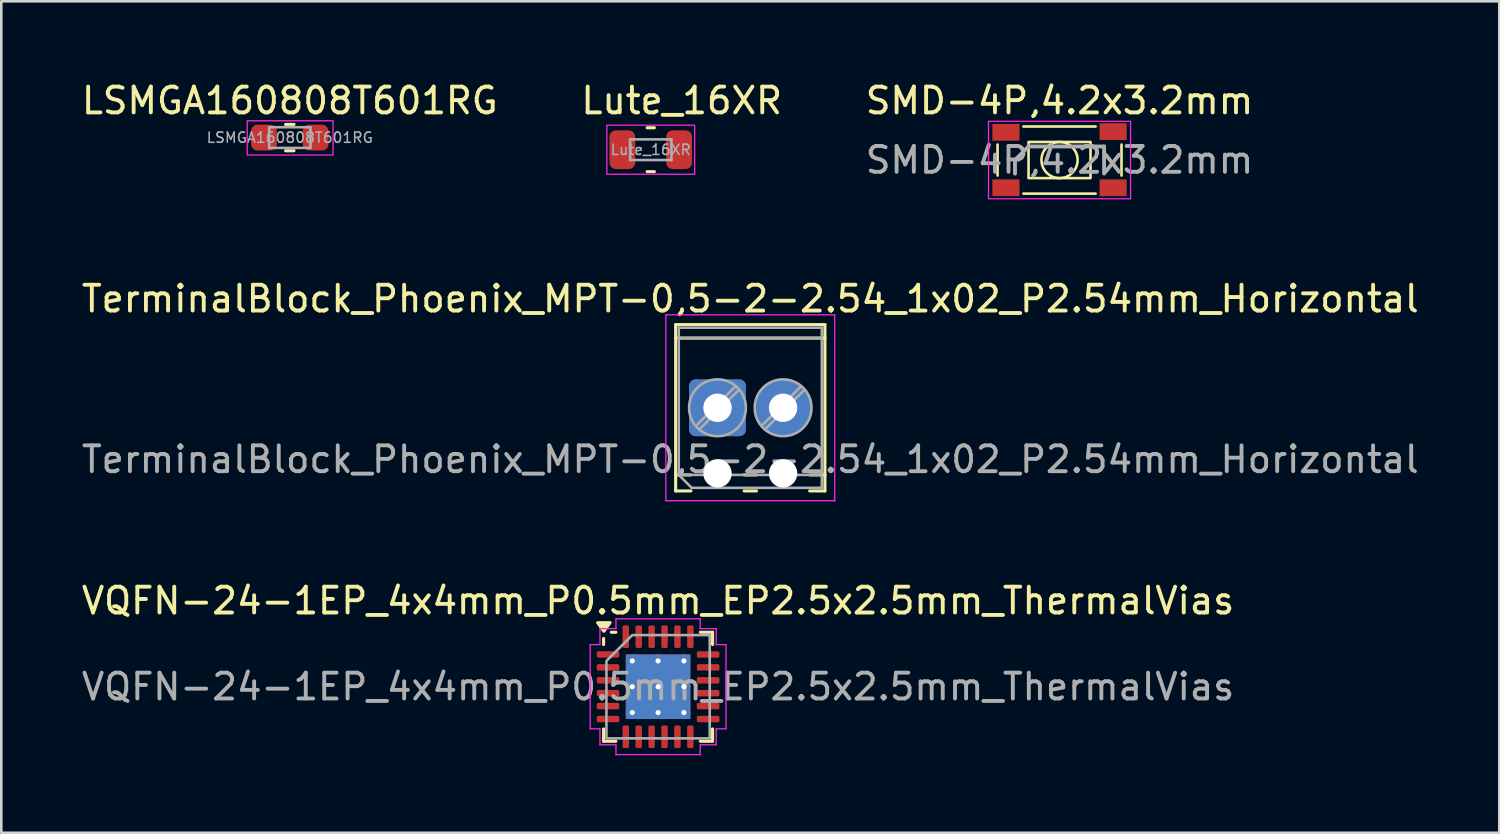
<source format=kicad_pcb>
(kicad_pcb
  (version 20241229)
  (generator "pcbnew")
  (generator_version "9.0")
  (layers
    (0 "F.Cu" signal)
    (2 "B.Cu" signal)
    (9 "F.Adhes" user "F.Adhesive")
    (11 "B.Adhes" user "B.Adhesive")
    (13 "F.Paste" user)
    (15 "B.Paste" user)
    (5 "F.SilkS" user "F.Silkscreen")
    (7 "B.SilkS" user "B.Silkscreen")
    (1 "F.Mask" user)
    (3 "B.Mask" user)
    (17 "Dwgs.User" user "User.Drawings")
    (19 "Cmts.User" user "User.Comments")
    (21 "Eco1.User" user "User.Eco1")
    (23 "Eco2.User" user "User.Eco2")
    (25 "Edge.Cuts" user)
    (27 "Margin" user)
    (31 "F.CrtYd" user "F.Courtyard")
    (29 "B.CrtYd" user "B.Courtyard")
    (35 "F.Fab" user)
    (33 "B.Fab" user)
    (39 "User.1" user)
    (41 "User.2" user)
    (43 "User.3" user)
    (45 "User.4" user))
  (footprint "TerminalBlock_Phoenix_MPT-0,5-2-2.54_1x02_P2.54mm_Horizontal"
    (layer "F.Cu")
    (at 24.736 12.742)
    (property "Reference" "TerminalBlock_Phoenix_MPT-0,5-2-2.54_1x02_P2.54mm_Horizontal" (at 1.27 -4.22 0) (layer "F.SilkS") (effects (font (size 1 1) (thickness 0.15))))
    (attr through_hole)
    (fp_line (start -1.62 -3.22) (end 4.16 -3.22) (stroke (width 0.12) (type solid)) (layer "F.SilkS"))
    (fp_line (start -1.62 -2.7) (end 4.16 -2.7) (stroke (width 0.12) (type solid)) (layer "F.SilkS"))
    (fp_line (start -1.62 2.6) (end -1.03 2.6) (stroke (width 0.12) (type solid)) (layer "F.SilkS"))
    (fp_line (start -1.62 3.22) (end -1.62 -3.22) (stroke (width 0.12) (type solid)) (layer "F.SilkS"))
    (fp_line (start -1.03 3.22) (end -1.62 3.22) (stroke (width 0.12) (type solid)) (layer "F.SilkS"))
    (fp_line (start 1.03 2.6) (end 1.51 2.6) (stroke (width 0.12) (type solid)) (layer "F.SilkS"))
    (fp_line (start 1.51 3.22) (end 1.03 3.22) (stroke (width 0.12) (type solid)) (layer "F.SilkS"))
    (fp_line (start 3.57 2.6) (end 4.16 2.6) (stroke (width 0.12) (type solid)) (layer "F.SilkS"))
    (fp_line (start 4.16 -3.22) (end 4.16 3.22) (stroke (width 0.12) (type solid)) (layer "F.SilkS"))
    (fp_line (start 4.16 3.22) (end 3.57 3.22) (stroke (width 0.12) (type solid)) (layer "F.SilkS"))
    (fp_line (start -2 -3.6) (end -2 3.6) (stroke (width 0.05) (type solid)) (layer "F.CrtYd"))
    (fp_line (start -2 3.6) (end 4.54 3.6) (stroke (width 0.05) (type solid)) (layer "F.CrtYd"))
    (fp_line (start 4.54 -3.6) (end -2 -3.6) (stroke (width 0.05) (type solid)) (layer "F.CrtYd"))
    (fp_line (start 4.54 3.6) (end 4.54 -3.6) (stroke (width 0.05) (type solid)) (layer "F.CrtYd"))
    (fp_line (start -1.5 -3.1) (end 4.04 -3.1) (stroke (width 0.1) (type solid)) (layer "F.Fab"))
    (fp_line (start -1.5 -2.7) (end 4.04 -2.7) (stroke (width 0.1) (type solid)) (layer "F.Fab"))
    (fp_line (start -1.5 2.6) (end -1.5 -3.1) (stroke (width 0.1) (type solid)) (layer "F.Fab"))
    (fp_line (start -1.5 2.6) (end 4.04 2.6) (stroke (width 0.1) (type solid)) (layer "F.Fab"))
    (fp_line (start -1 3.1) (end -1.5 2.6) (stroke (width 0.1) (type solid)) (layer "F.Fab"))
    (fp_line (start 0.7 -0.834) (end -0.834 0.7) (stroke (width 0.1) (type solid)) (layer "F.Fab"))
    (fp_line (start 0.834 -0.7) (end -0.7 0.834) (stroke (width 0.1) (type solid)) (layer "F.Fab"))
    (fp_line (start 3.24 -0.834) (end 1.706 0.7) (stroke (width 0.1) (type solid)) (layer "F.Fab"))
    (fp_line (start 3.374 -0.7) (end 1.84 0.834) (stroke (width 0.1) (type solid)) (layer "F.Fab"))
    (fp_line (start 4.04 -3.1) (end 4.04 3.1) (stroke (width 0.1) (type solid)) (layer "F.Fab"))
    (fp_line (start 4.04 3.1) (end -1 3.1) (stroke (width 0.1) (type solid)) (layer "F.Fab"))
    (fp_circle (center 0 0) (end 1.1 0) (stroke (width 0.1) (type solid)) (fill no) (layer "F.Fab"))
    (fp_circle (center 2.54 0) (end 3.64 0) (stroke (width 0.1) (type solid)) (fill no) (layer "F.Fab"))
    (fp_text user "${REFERENCE}" (at 1.27 2 0) (layer "F.Fab") (effects (font (size 1 1) (thickness 0.15))))
    (pad "" np_thru_hole circle (at 0 2.54) (size 1.1 1.1) (drill 1.1) (layers "*.Cu" "*.Mask"))
    (pad "" np_thru_hole circle (at 2.54 2.54) (size 1.1 1.1) (drill 1.1) (layers "*.Cu" "*.Mask"))
    (pad "1" thru_hole roundrect (at 0 0) (size 2.2 2.2) (drill 1.1) (layers "*.Cu" "*.Mask") (roundrect_rratio 0.114))
    (pad "2" thru_hole circle (at 2.54 0) (size 2.2 2.2) (drill 1.1) (layers "*.Cu" "*.Mask")))
  (footprint "Lute_16XR"
    (layer "F.Cu")
    (at 22.151 2.748)
    (property "Reference" "Lute_16XR" (at 1.2 -1.9 0) (layer "F.SilkS") (effects (font (size 1 1) (thickness 0.15))))
    (attr smd)
    (fp_line (start -0.141 -0.85) (end 0.141 -0.85) (stroke (width 0.12) (type solid)) (layer "F.SilkS"))
    (fp_line (start -0.141 0.85) (end 0.141 0.85) (stroke (width 0.12) (type solid)) (layer "F.SilkS"))
    (fp_rect (start -1.7 -0.95) (end 1.7 0.95) (stroke (width 0.05) (type default)) (fill no) (layer "F.CrtYd"))
    (fp_line (start -0.8 -0.4) (end 0.8 -0.4) (stroke (width 0.1) (type solid)) (layer "F.Fab"))
    (fp_line (start -0.8 0.4) (end -0.8 -0.4) (stroke (width 0.1) (type solid)) (layer "F.Fab"))
    (fp_line (start 0.8 -0.4) (end 0.8 0.4) (stroke (width 0.1) (type solid)) (layer "F.Fab"))
    (fp_line (start 0.8 0.4) (end -0.8 0.4) (stroke (width 0.1) (type solid)) (layer "F.Fab"))
    (fp_text user "${REFERENCE}" (at 0 0 0) (layer "F.Fab") (effects (font (size 0.4 0.4) (thickness 0.06))))
    (pad "1" smd roundrect (at -1.1 0) (size 1 1.5) (layers "F.Cu" "F.Mask" "F.Paste") (roundrect_rratio 0.25))
    (pad "2" smd roundrect (at 1.1 0) (size 1 1.5) (layers "F.Cu" "F.Mask" "F.Paste") (roundrect_rratio 0.25)))
  (footprint "LSMGA160808T601RG"
    (layer "F.Cu")
    (at 8.173 2.278)
    (property "Reference" "LSMGA160808T601RG" (at 0 -1.43 0) (layer "F.SilkS") (effects (font (size 1 1) (thickness 0.15))))
    (attr smd)
    (fp_line (start -0.163 -0.51) (end 0.163 -0.51) (stroke (width 0.12) (type solid)) (layer "F.SilkS"))
    (fp_line (start -0.163 0.51) (end 0.163 0.51) (stroke (width 0.12) (type solid)) (layer "F.SilkS"))
    (fp_rect (start -1.65 -0.65) (end 1.675 0.675) (stroke (width 0.05) (type default)) (fill no) (layer "F.CrtYd"))
    (fp_line (start -0.8 -0.4) (end 0.8 -0.4) (stroke (width 0.1) (type solid)) (layer "F.Fab"))
    (fp_line (start -0.8 0.4) (end -0.8 -0.4) (stroke (width 0.1) (type solid)) (layer "F.Fab"))
    (fp_line (start 0.8 -0.4) (end 0.8 0.4) (stroke (width 0.1) (type solid)) (layer "F.Fab"))
    (fp_line (start 0.8 0.4) (end -0.8 0.4) (stroke (width 0.1) (type solid)) (layer "F.Fab"))
    (fp_text user "${REFERENCE}" (at 0 0 0) (layer "F.Fab") (effects (font (size 0.4 0.4) (thickness 0.06))))
    (pad "1" smd roundrect (at -1 0) (size 1 1) (layers "F.Cu" "F.Mask" "F.Paste") (roundrect_rratio 0.25))
    (pad "2" smd roundrect (at 1 0) (size 1 1) (layers "F.Cu" "F.Mask" "F.Paste") (roundrect_rratio 0.25)))
  (footprint "VQFN-24-1EP_4x4mm_P0.5mm_EP2.5x2.5mm_ThermalVias"
    (layer "F.Cu")
    (at 22.435 23.545)
    (property "Reference" "VQFN-24-1EP_4x4mm_P0.5mm_EP2.5x2.5mm_ThermalVias" (at 0 -3.33 0) (layer "F.SilkS") (effects (font (size 1 1) (thickness 0.15))))
    (attr smd)
    (fp_line (start -2.11 -1.635) (end -2.11 -1.87) (stroke (width 0.12) (type solid)) (layer "F.SilkS"))
    (fp_line (start -2.11 2.11) (end -2.11 1.635) (stroke (width 0.12) (type solid)) (layer "F.SilkS"))
    (fp_line (start -1.635 -2.11) (end -1.81 -2.11) (stroke (width 0.12) (type solid)) (layer "F.SilkS"))
    (fp_line (start -1.635 2.11) (end -2.11 2.11) (stroke (width 0.12) (type solid)) (layer "F.SilkS"))
    (fp_line (start 1.635 -2.11) (end 2.11 -2.11) (stroke (width 0.12) (type solid)) (layer "F.SilkS"))
    (fp_line (start 1.635 2.11) (end 2.11 2.11) (stroke (width 0.12) (type solid)) (layer "F.SilkS"))
    (fp_line (start 2.11 -2.11) (end 2.11 -1.635) (stroke (width 0.12) (type solid)) (layer "F.SilkS"))
    (fp_line (start 2.11 2.11) (end 2.11 1.635) (stroke (width 0.12) (type solid)) (layer "F.SilkS"))
    (fp_poly (pts (xy -2.1 -2.15) (xy -2.34 -2.48) (xy -1.86 -2.48)) (stroke (width 0.12) (type solid)) (fill yes) (layer "F.SilkS"))
    (fp_line (start -2.63 -1.63) (end -2.25 -1.63) (stroke (width 0.05) (type solid)) (layer "F.CrtYd"))
    (fp_line (start -2.63 1.63) (end -2.63 -1.63) (stroke (width 0.05) (type solid)) (layer "F.CrtYd"))
    (fp_line (start -2.25 -2.25) (end -1.63 -2.25) (stroke (width 0.05) (type solid)) (layer "F.CrtYd"))
    (fp_line (start -2.25 -1.63) (end -2.25 -2.25) (stroke (width 0.05) (type solid)) (layer "F.CrtYd"))
    (fp_line (start -2.25 1.63) (end -2.63 1.63) (stroke (width 0.05) (type solid)) (layer "F.CrtYd"))
    (fp_line (start -2.25 2.25) (end -2.25 1.63) (stroke (width 0.05) (type solid)) (layer "F.CrtYd"))
    (fp_line (start -1.63 -2.63) (end 1.63 -2.63) (stroke (width 0.05) (type solid)) (layer "F.CrtYd"))
    (fp_line (start -1.63 -2.25) (end -1.63 -2.63) (stroke (width 0.05) (type solid)) (layer "F.CrtYd"))
    (fp_line (start -1.63 2.25) (end -2.25 2.25) (stroke (width 0.05) (type solid)) (layer "F.CrtYd"))
    (fp_line (start -1.63 2.63) (end -1.63 2.25) (stroke (width 0.05) (type solid)) (layer "F.CrtYd"))
    (fp_line (start 1.63 -2.63) (end 1.63 -2.25) (stroke (width 0.05) (type solid)) (layer "F.CrtYd"))
    (fp_line (start 1.63 -2.25) (end 2.25 -2.25) (stroke (width 0.05) (type solid)) (layer "F.CrtYd"))
    (fp_line (start 1.63 2.25) (end 1.63 2.63) (stroke (width 0.05) (type solid)) (layer "F.CrtYd"))
    (fp_line (start 1.63 2.63) (end -1.63 2.63) (stroke (width 0.05) (type solid)) (layer "F.CrtYd"))
    (fp_line (start 2.25 -2.25) (end 2.25 -1.63) (stroke (width 0.05) (type solid)) (layer "F.CrtYd"))
    (fp_line (start 2.25 -1.63) (end 2.63 -1.63) (stroke (width 0.05) (type solid)) (layer "F.CrtYd"))
    (fp_line (start 2.25 1.63) (end 2.25 2.25) (stroke (width 0.05) (type solid)) (layer "F.CrtYd"))
    (fp_line (start 2.25 2.25) (end 1.63 2.25) (stroke (width 0.05) (type solid)) (layer "F.CrtYd"))
    (fp_line (start 2.63 -1.63) (end 2.63 1.63) (stroke (width 0.05) (type solid)) (layer "F.CrtYd"))
    (fp_line (start 2.63 1.63) (end 2.25 1.63) (stroke (width 0.05) (type solid)) (layer "F.CrtYd"))
    (fp_poly (pts (xy -2 -1) (xy -2 2) (xy 2 2) (xy 2 -2) (xy -1 -2)) (stroke (width 0.1) (type solid)) (fill no) (layer "F.Fab"))
    (fp_text user "${REFERENCE}" (at 0 0 0) (layer "F.Fab") (effects (font (size 1 1) (thickness 0.15))))
    (pad "" smd roundrect (at -0.625 -0.625) (size 0.93 0.93) (layers "F.Paste") (roundrect_rratio 0.25))
    (pad "" smd roundrect (at -0.625 0.625) (size 0.93 0.93) (layers "F.Paste") (roundrect_rratio 0.25))
    (pad "" smd roundrect (at 0.625 -0.625) (size 0.93 0.93) (layers "F.Paste") (roundrect_rratio 0.25))
    (pad "" smd roundrect (at 0.625 0.625) (size 0.93 0.93) (layers "F.Paste") (roundrect_rratio 0.25))
    (pad "1" smd roundrect (at -1.938 -1.25) (size 0.875 0.25) (layers "F.Cu" "F.Mask" "F.Paste") (roundrect_rratio 0.25))
    (pad "2" smd roundrect (at -1.938 -0.75) (size 0.875 0.25) (layers "F.Cu" "F.Mask" "F.Paste") (roundrect_rratio 0.25))
    (pad "3" smd roundrect (at -1.938 -0.25) (size 0.875 0.25) (layers "F.Cu" "F.Mask" "F.Paste") (roundrect_rratio 0.25))
    (pad "4" smd roundrect (at -1.938 0.25) (size 0.875 0.25) (layers "F.Cu" "F.Mask" "F.Paste") (roundrect_rratio 0.25))
    (pad "5" smd roundrect (at -1.938 0.75) (size 0.875 0.25) (layers "F.Cu" "F.Mask" "F.Paste") (roundrect_rratio 0.25))
    (pad "6" smd roundrect (at -1.938 1.25) (size 0.875 0.25) (layers "F.Cu" "F.Mask" "F.Paste") (roundrect_rratio 0.25))
    (pad "7" smd roundrect (at -1.25 1.938) (size 0.25 0.875) (layers "F.Cu" "F.Mask" "F.Paste") (roundrect_rratio 0.25))
    (pad "8" smd roundrect (at -0.75 1.938) (size 0.25 0.875) (layers "F.Cu" "F.Mask" "F.Paste") (roundrect_rratio 0.25))
    (pad "9" smd roundrect (at -0.25 1.938) (size 0.25 0.875) (layers "F.Cu" "F.Mask" "F.Paste") (roundrect_rratio 0.25))
    (pad "10" smd roundrect (at 0.25 1.938) (size 0.25 0.875) (layers "F.Cu" "F.Mask" "F.Paste") (roundrect_rratio 0.25))
    (pad "11" smd roundrect (at 0.75 1.938) (size 0.25 0.875) (layers "F.Cu" "F.Mask" "F.Paste") (roundrect_rratio 0.25))
    (pad "12" smd roundrect (at 1.25 1.938) (size 0.25 0.875) (layers "F.Cu" "F.Mask" "F.Paste") (roundrect_rratio 0.25))
    (pad "13" smd roundrect (at 1.938 1.25) (size 0.875 0.25) (layers "F.Cu" "F.Mask" "F.Paste") (roundrect_rratio 0.25))
    (pad "14" smd roundrect (at 1.938 0.75) (size 0.875 0.25) (layers "F.Cu" "F.Mask" "F.Paste") (roundrect_rratio 0.25))
    (pad "15" smd roundrect (at 1.938 0.25) (size 0.875 0.25) (layers "F.Cu" "F.Mask" "F.Paste") (roundrect_rratio 0.25))
    (pad "16" smd roundrect (at 1.938 -0.25) (size 0.875 0.25) (layers "F.Cu" "F.Mask" "F.Paste") (roundrect_rratio 0.25))
    (pad "17" smd roundrect (at 1.938 -0.75) (size 0.875 0.25) (layers "F.Cu" "F.Mask" "F.Paste") (roundrect_rratio 0.25))
    (pad "18" smd roundrect (at 1.938 -1.25) (size 0.875 0.25) (layers "F.Cu" "F.Mask" "F.Paste") (roundrect_rratio 0.25))
    (pad "19" smd roundrect (at 1.25 -1.938) (size 0.25 0.875) (layers "F.Cu" "F.Mask" "F.Paste") (roundrect_rratio 0.25))
    (pad "20" smd roundrect (at 0.75 -1.938) (size 0.25 0.875) (layers "F.Cu" "F.Mask" "F.Paste") (roundrect_rratio 0.25))
    (pad "21" smd roundrect (at 0.25 -1.938) (size 0.25 0.875) (layers "F.Cu" "F.Mask" "F.Paste") (roundrect_rratio 0.25))
    (pad "22" smd roundrect (at -0.25 -1.938) (size 0.25 0.875) (layers "F.Cu" "F.Mask" "F.Paste") (roundrect_rratio 0.25))
    (pad "23" smd roundrect (at -0.75 -1.938) (size 0.25 0.875) (layers "F.Cu" "F.Mask" "F.Paste") (roundrect_rratio 0.25))
    (pad "24" smd roundrect (at -1.25 -1.938) (size 0.25 0.875) (layers "F.Cu" "F.Mask" "F.Paste") (roundrect_rratio 0.25))
    (pad "25" thru_hole circle (at -1 -1) (size 0.5 0.5) (drill 0.2) (property pad_prop_heatsink) (layers "*.Cu"))
    (pad "25" thru_hole circle (at -1 0) (size 0.5 0.5) (drill 0.2) (property pad_prop_heatsink) (layers "*.Cu"))
    (pad "25" thru_hole circle (at -1 1) (size 0.5 0.5) (drill 0.2) (property pad_prop_heatsink) (layers "*.Cu"))
    (pad "25" thru_hole circle (at 0 -1) (size 0.5 0.5) (drill 0.2) (property pad_prop_heatsink) (layers "*.Cu"))
    (pad "25" thru_hole circle (at 0 0) (size 0.5 0.5) (drill 0.2) (property pad_prop_heatsink) (layers "*.Cu"))
    (pad "25" smd rect (at 0 0) (size 2.5 2.5) (property pad_prop_heatsink) (layers "F.Cu" "F.Mask"))
    (pad "25" smd rect (at 0 0) (size 2.5 2.5) (property pad_prop_heatsink) (layers "B.Cu"))
    (pad "25" thru_hole circle (at 0 1) (size 0.5 0.5) (drill 0.2) (property pad_prop_heatsink) (layers "*.Cu"))
    (pad "25" thru_hole circle (at 1 -1) (size 0.5 0.5) (drill 0.2) (property pad_prop_heatsink) (layers "*.Cu"))
    (pad "25" thru_hole circle (at 1 0) (size 0.5 0.5) (drill 0.2) (property pad_prop_heatsink) (layers "*.Cu"))
    (pad "25" thru_hole circle (at 1 1) (size 0.5 0.5) (drill 0.2) (property pad_prop_heatsink) (layers "*.Cu")))
  (footprint "SMD-4P,4.2x3.2mm"
    (layer "F.Cu")
    (at 37.982 3.148)
    (property "Reference" "SMD-4P,4.2x3.2mm" (at 0 -2.3 0) (layer "F.SilkS") (effects (font (size 1 1) (thickness 0.15))))
    (attr smd)
    (fp_line (start -2.4 0.6) (end -2.4 -0.6) (stroke (width 0.1) (type default)) (layer "F.SilkS"))
    (fp_line (start -1.4 -1.3) (end 1.4 -1.3) (stroke (width 0.1) (type default)) (layer "F.SilkS"))
    (fp_line (start 1.4 1.3) (end -1.4 1.3) (stroke (width 0.1) (type default)) (layer "F.SilkS"))
    (fp_line (start 2.4 -0.6) (end 2.4 0.6) (stroke (width 0.1) (type default)) (layer "F.SilkS"))
    (fp_rect (start -1.2 -0.7) (end 1.2 0.7) (stroke (width 0.1) (type default)) (fill no) (layer "F.SilkS"))
    (fp_circle (center 0 0) (end 0 0.7) (stroke (width 0.1) (type default)) (fill no) (layer "F.SilkS"))
    (fp_rect (start -2.75 -1.5) (end 2.75 1.5) (stroke (width 0.05) (type default)) (fill no) (layer "F.CrtYd"))
    (fp_line (start -1.725 0) (end -1.725 0.525) (stroke (width 0.15) (type default)) (layer "F.Fab"))
    (fp_line (start -1.2 -0.525) (end -1.725 0) (stroke (width 0.15) (type default)) (layer "F.Fab"))
    (fp_line (start 1.725 -0.525) (end -1.2 -0.525) (stroke (width 0.15) (type default)) (layer "F.Fab"))
    (fp_line (start 1.725 0.525) (end 1.725 -0.525) (stroke (width 0.15) (type default)) (layer "F.Fab"))
    (fp_text user "${REFERENCE}" (at 0 0 0) (layer "F.Fab") (effects (font (size 1 1) (thickness 0.15))))
    (pad "1" smd rect (at -2.075 -1.075 90) (size 0.65 1.05) (layers "F.Cu" "F.Mask" "F.Paste"))
    (pad "2" smd rect (at 2.075 -1.1 90) (size 0.65 1.05) (layers "F.Cu" "F.Mask" "F.Paste"))
    (pad "3" smd rect (at -2.075 1.075 90) (size 0.65 1.05) (layers "F.Cu" "F.Mask" "F.Paste"))
    (pad "4" smd rect (at 2.075 1.075 90) (size 0.65 1.05) (layers "F.Cu" "F.Mask" "F.Paste")))
  (gr_rect
    (start -3 -3)
    (end 55.012 29.2)
    (stroke (width 0.1) (type default))
    (fill no)
    (layer "Edge.Cuts")))
</source>
